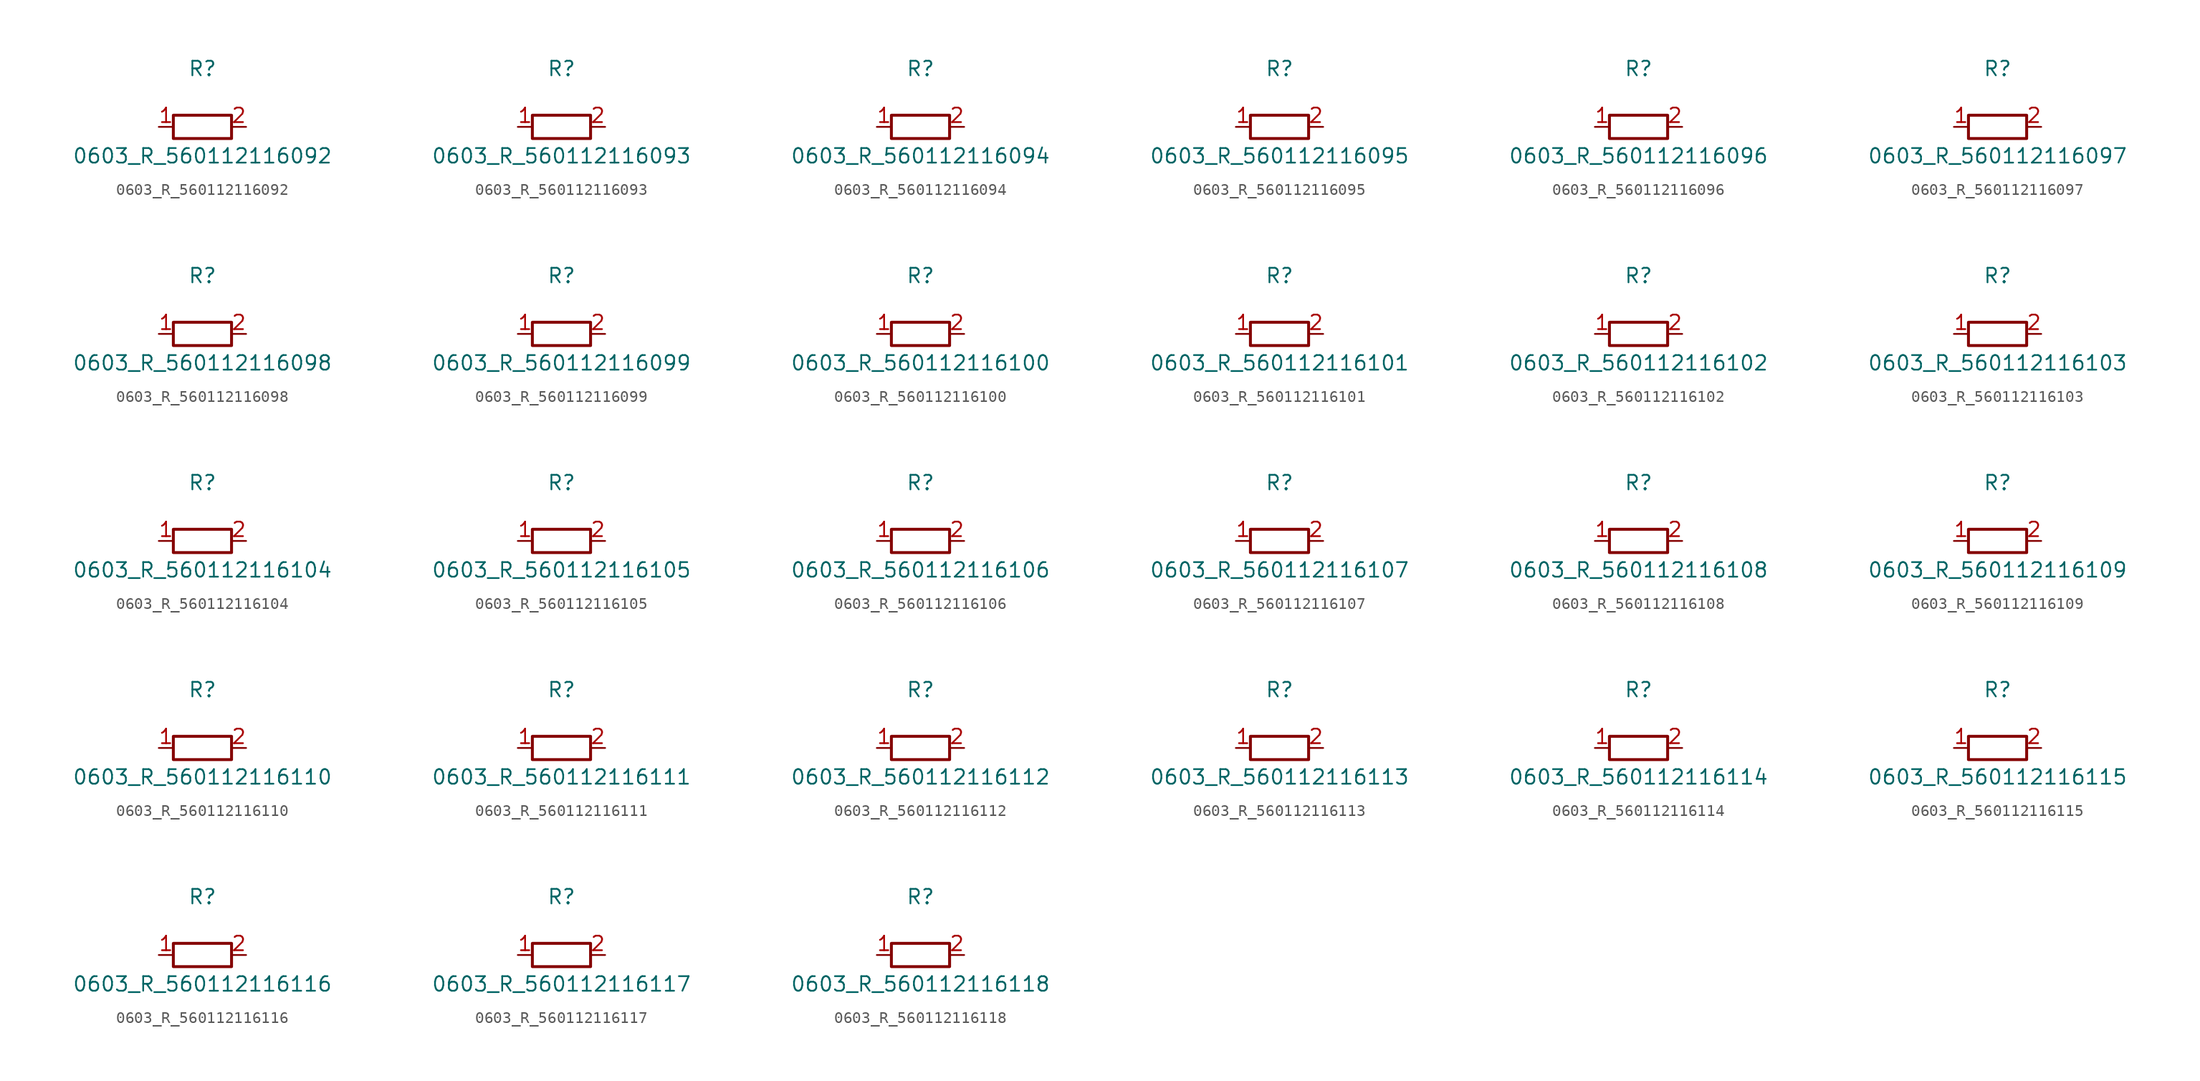
<source format=kicad_sym>
(kicad_symbol_lib
  (version 20220914)
  (generator kicad_symbol_editor)
  (symbol "0603_R_560112116092"
    (pin_names hide)
    (property "Reference" "R"
      (at 0 5.08 0)
      (effects (font (size 1.27 1.27))))
    (property "Value" "0603_R_560112116092"
      (at 0 -2.54 0)
      (effects (font (size 1.27 1.27))))
    (symbol "0603_R_560112116092_0_1"
      (rectangle (start -2.54 -1.016) (end 2.54 1.016) (stroke (width 0.254) (type default)) (fill (type none))))
    (symbol "0603_R_560112116092_1_1"
      (pin passive line (at -3.81 0 0) (length 1.27) (name "~" (effects (font (size 1.27 1.27)))) (number "1" (effects (font (size 1.27 1.27)))))
      (pin passive line (at 3.81 0 180) (length 1.27) (name "~" (effects (font (size 1.27 1.27)))) (number "2" (effects (font (size 1.27 1.27)))))))
  (symbol "0603_R_560112116093"
    (pin_names hide)
    (property "Reference" "R"
      (at 0 5.08 0)
      (effects (font (size 1.27 1.27))))
    (property "Value" "0603_R_560112116093"
      (at 0 -2.54 0)
      (effects (font (size 1.27 1.27))))
    (symbol "0603_R_560112116093_0_1"
      (rectangle (start -2.54 -1.016) (end 2.54 1.016) (stroke (width 0.254) (type default)) (fill (type none))))
    (symbol "0603_R_560112116093_1_1"
      (pin passive line (at -3.81 0 0) (length 1.27) (name "~" (effects (font (size 1.27 1.27)))) (number "1" (effects (font (size 1.27 1.27)))))
      (pin passive line (at 3.81 0 180) (length 1.27) (name "~" (effects (font (size 1.27 1.27)))) (number "2" (effects (font (size 1.27 1.27)))))))
  (symbol "0603_R_560112116094"
    (pin_names hide)
    (property "Reference" "R"
      (at 0 5.08 0)
      (effects (font (size 1.27 1.27))))
    (property "Value" "0603_R_560112116094"
      (at 0 -2.54 0)
      (effects (font (size 1.27 1.27))))
    (symbol "0603_R_560112116094_0_1"
      (rectangle (start -2.54 -1.016) (end 2.54 1.016) (stroke (width 0.254) (type default)) (fill (type none))))
    (symbol "0603_R_560112116094_1_1"
      (pin passive line (at -3.81 0 0) (length 1.27) (name "~" (effects (font (size 1.27 1.27)))) (number "1" (effects (font (size 1.27 1.27)))))
      (pin passive line (at 3.81 0 180) (length 1.27) (name "~" (effects (font (size 1.27 1.27)))) (number "2" (effects (font (size 1.27 1.27)))))))
  (symbol "0603_R_560112116095"
    (pin_names hide)
    (property "Reference" "R"
      (at 0 5.08 0)
      (effects (font (size 1.27 1.27))))
    (property "Value" "0603_R_560112116095"
      (at 0 -2.54 0)
      (effects (font (size 1.27 1.27))))
    (symbol "0603_R_560112116095_0_1"
      (rectangle (start -2.54 -1.016) (end 2.54 1.016) (stroke (width 0.254) (type default)) (fill (type none))))
    (symbol "0603_R_560112116095_1_1"
      (pin passive line (at -3.81 0 0) (length 1.27) (name "~" (effects (font (size 1.27 1.27)))) (number "1" (effects (font (size 1.27 1.27)))))
      (pin passive line (at 3.81 0 180) (length 1.27) (name "~" (effects (font (size 1.27 1.27)))) (number "2" (effects (font (size 1.27 1.27)))))))
  (symbol "0603_R_560112116096"
    (pin_names hide)
    (property "Reference" "R"
      (at 0 5.08 0)
      (effects (font (size 1.27 1.27))))
    (property "Value" "0603_R_560112116096"
      (at 0 -2.54 0)
      (effects (font (size 1.27 1.27))))
    (symbol "0603_R_560112116096_0_1"
      (rectangle (start -2.54 -1.016) (end 2.54 1.016) (stroke (width 0.254) (type default)) (fill (type none))))
    (symbol "0603_R_560112116096_1_1"
      (pin passive line (at -3.81 0 0) (length 1.27) (name "~" (effects (font (size 1.27 1.27)))) (number "1" (effects (font (size 1.27 1.27)))))
      (pin passive line (at 3.81 0 180) (length 1.27) (name "~" (effects (font (size 1.27 1.27)))) (number "2" (effects (font (size 1.27 1.27)))))))
  (symbol "0603_R_560112116097"
    (pin_names hide)
    (property "Reference" "R"
      (at 0 5.08 0)
      (effects (font (size 1.27 1.27))))
    (property "Value" "0603_R_560112116097"
      (at 0 -2.54 0)
      (effects (font (size 1.27 1.27))))
    (symbol "0603_R_560112116097_0_1"
      (rectangle (start -2.54 -1.016) (end 2.54 1.016) (stroke (width 0.254) (type default)) (fill (type none))))
    (symbol "0603_R_560112116097_1_1"
      (pin passive line (at -3.81 0 0) (length 1.27) (name "~" (effects (font (size 1.27 1.27)))) (number "1" (effects (font (size 1.27 1.27)))))
      (pin passive line (at 3.81 0 180) (length 1.27) (name "~" (effects (font (size 1.27 1.27)))) (number "2" (effects (font (size 1.27 1.27)))))))
  (symbol "0603_R_560112116098"
    (pin_names hide)
    (property "Reference" "R"
      (at 0 5.08 0)
      (effects (font (size 1.27 1.27))))
    (property "Value" "0603_R_560112116098"
      (at 0 -2.54 0)
      (effects (font (size 1.27 1.27))))
    (symbol "0603_R_560112116098_0_1"
      (rectangle (start -2.54 -1.016) (end 2.54 1.016) (stroke (width 0.254) (type default)) (fill (type none))))
    (symbol "0603_R_560112116098_1_1"
      (pin passive line (at -3.81 0 0) (length 1.27) (name "~" (effects (font (size 1.27 1.27)))) (number "1" (effects (font (size 1.27 1.27)))))
      (pin passive line (at 3.81 0 180) (length 1.27) (name "~" (effects (font (size 1.27 1.27)))) (number "2" (effects (font (size 1.27 1.27)))))))
  (symbol "0603_R_560112116099"
    (pin_names hide)
    (property "Reference" "R"
      (at 0 5.08 0)
      (effects (font (size 1.27 1.27))))
    (property "Value" "0603_R_560112116099"
      (at 0 -2.54 0)
      (effects (font (size 1.27 1.27))))
    (symbol "0603_R_560112116099_0_1"
      (rectangle (start -2.54 -1.016) (end 2.54 1.016) (stroke (width 0.254) (type default)) (fill (type none))))
    (symbol "0603_R_560112116099_1_1"
      (pin passive line (at -3.81 0 0) (length 1.27) (name "~" (effects (font (size 1.27 1.27)))) (number "1" (effects (font (size 1.27 1.27)))))
      (pin passive line (at 3.81 0 180) (length 1.27) (name "~" (effects (font (size 1.27 1.27)))) (number "2" (effects (font (size 1.27 1.27)))))))
  (symbol "0603_R_560112116100"
    (pin_names hide)
    (property "Reference" "R"
      (at 0 5.08 0)
      (effects (font (size 1.27 1.27))))
    (property "Value" "0603_R_560112116100"
      (at 0 -2.54 0)
      (effects (font (size 1.27 1.27))))
    (symbol "0603_R_560112116100_0_1"
      (rectangle (start -2.54 -1.016) (end 2.54 1.016) (stroke (width 0.254) (type default)) (fill (type none))))
    (symbol "0603_R_560112116100_1_1"
      (pin passive line (at -3.81 0 0) (length 1.27) (name "~" (effects (font (size 1.27 1.27)))) (number "1" (effects (font (size 1.27 1.27)))))
      (pin passive line (at 3.81 0 180) (length 1.27) (name "~" (effects (font (size 1.27 1.27)))) (number "2" (effects (font (size 1.27 1.27)))))))
  (symbol "0603_R_560112116101"
    (pin_names hide)
    (property "Reference" "R"
      (at 0 5.08 0)
      (effects (font (size 1.27 1.27))))
    (property "Value" "0603_R_560112116101"
      (at 0 -2.54 0)
      (effects (font (size 1.27 1.27))))
    (symbol "0603_R_560112116101_0_1"
      (rectangle (start -2.54 -1.016) (end 2.54 1.016) (stroke (width 0.254) (type default)) (fill (type none))))
    (symbol "0603_R_560112116101_1_1"
      (pin passive line (at -3.81 0 0) (length 1.27) (name "~" (effects (font (size 1.27 1.27)))) (number "1" (effects (font (size 1.27 1.27)))))
      (pin passive line (at 3.81 0 180) (length 1.27) (name "~" (effects (font (size 1.27 1.27)))) (number "2" (effects (font (size 1.27 1.27)))))))
  (symbol "0603_R_560112116102"
    (pin_names hide)
    (property "Reference" "R"
      (at 0 5.08 0)
      (effects (font (size 1.27 1.27))))
    (property "Value" "0603_R_560112116102"
      (at 0 -2.54 0)
      (effects (font (size 1.27 1.27))))
    (symbol "0603_R_560112116102_0_1"
      (rectangle (start -2.54 -1.016) (end 2.54 1.016) (stroke (width 0.254) (type default)) (fill (type none))))
    (symbol "0603_R_560112116102_1_1"
      (pin passive line (at -3.81 0 0) (length 1.27) (name "~" (effects (font (size 1.27 1.27)))) (number "1" (effects (font (size 1.27 1.27)))))
      (pin passive line (at 3.81 0 180) (length 1.27) (name "~" (effects (font (size 1.27 1.27)))) (number "2" (effects (font (size 1.27 1.27)))))))
  (symbol "0603_R_560112116103"
    (pin_names hide)
    (property "Reference" "R"
      (at 0 5.08 0)
      (effects (font (size 1.27 1.27))))
    (property "Value" "0603_R_560112116103"
      (at 0 -2.54 0)
      (effects (font (size 1.27 1.27))))
    (symbol "0603_R_560112116103_0_1"
      (rectangle (start -2.54 -1.016) (end 2.54 1.016) (stroke (width 0.254) (type default)) (fill (type none))))
    (symbol "0603_R_560112116103_1_1"
      (pin passive line (at -3.81 0 0) (length 1.27) (name "~" (effects (font (size 1.27 1.27)))) (number "1" (effects (font (size 1.27 1.27)))))
      (pin passive line (at 3.81 0 180) (length 1.27) (name "~" (effects (font (size 1.27 1.27)))) (number "2" (effects (font (size 1.27 1.27)))))))
  (symbol "0603_R_560112116104"
    (pin_names hide)
    (property "Reference" "R"
      (at 0 5.08 0)
      (effects (font (size 1.27 1.27))))
    (property "Value" "0603_R_560112116104"
      (at 0 -2.54 0)
      (effects (font (size 1.27 1.27))))
    (symbol "0603_R_560112116104_0_1"
      (rectangle (start -2.54 -1.016) (end 2.54 1.016) (stroke (width 0.254) (type default)) (fill (type none))))
    (symbol "0603_R_560112116104_1_1"
      (pin passive line (at -3.81 0 0) (length 1.27) (name "~" (effects (font (size 1.27 1.27)))) (number "1" (effects (font (size 1.27 1.27)))))
      (pin passive line (at 3.81 0 180) (length 1.27) (name "~" (effects (font (size 1.27 1.27)))) (number "2" (effects (font (size 1.27 1.27)))))))
  (symbol "0603_R_560112116105"
    (pin_names hide)
    (property "Reference" "R"
      (at 0 5.08 0)
      (effects (font (size 1.27 1.27))))
    (property "Value" "0603_R_560112116105"
      (at 0 -2.54 0)
      (effects (font (size 1.27 1.27))))
    (symbol "0603_R_560112116105_0_1"
      (rectangle (start -2.54 -1.016) (end 2.54 1.016) (stroke (width 0.254) (type default)) (fill (type none))))
    (symbol "0603_R_560112116105_1_1"
      (pin passive line (at -3.81 0 0) (length 1.27) (name "~" (effects (font (size 1.27 1.27)))) (number "1" (effects (font (size 1.27 1.27)))))
      (pin passive line (at 3.81 0 180) (length 1.27) (name "~" (effects (font (size 1.27 1.27)))) (number "2" (effects (font (size 1.27 1.27)))))))
  (symbol "0603_R_560112116106"
    (pin_names hide)
    (property "Reference" "R"
      (at 0 5.08 0)
      (effects (font (size 1.27 1.27))))
    (property "Value" "0603_R_560112116106"
      (at 0 -2.54 0)
      (effects (font (size 1.27 1.27))))
    (symbol "0603_R_560112116106_0_1"
      (rectangle (start -2.54 -1.016) (end 2.54 1.016) (stroke (width 0.254) (type default)) (fill (type none))))
    (symbol "0603_R_560112116106_1_1"
      (pin passive line (at -3.81 0 0) (length 1.27) (name "~" (effects (font (size 1.27 1.27)))) (number "1" (effects (font (size 1.27 1.27)))))
      (pin passive line (at 3.81 0 180) (length 1.27) (name "~" (effects (font (size 1.27 1.27)))) (number "2" (effects (font (size 1.27 1.27)))))))
  (symbol "0603_R_560112116107"
    (pin_names hide)
    (property "Reference" "R"
      (at 0 5.08 0)
      (effects (font (size 1.27 1.27))))
    (property "Value" "0603_R_560112116107"
      (at 0 -2.54 0)
      (effects (font (size 1.27 1.27))))
    (symbol "0603_R_560112116107_0_1"
      (rectangle (start -2.54 -1.016) (end 2.54 1.016) (stroke (width 0.254) (type default)) (fill (type none))))
    (symbol "0603_R_560112116107_1_1"
      (pin passive line (at -3.81 0 0) (length 1.27) (name "~" (effects (font (size 1.27 1.27)))) (number "1" (effects (font (size 1.27 1.27)))))
      (pin passive line (at 3.81 0 180) (length 1.27) (name "~" (effects (font (size 1.27 1.27)))) (number "2" (effects (font (size 1.27 1.27)))))))
  (symbol "0603_R_560112116108"
    (pin_names hide)
    (property "Reference" "R"
      (at 0 5.08 0)
      (effects (font (size 1.27 1.27))))
    (property "Value" "0603_R_560112116108"
      (at 0 -2.54 0)
      (effects (font (size 1.27 1.27))))
    (symbol "0603_R_560112116108_0_1"
      (rectangle (start -2.54 -1.016) (end 2.54 1.016) (stroke (width 0.254) (type default)) (fill (type none))))
    (symbol "0603_R_560112116108_1_1"
      (pin passive line (at -3.81 0 0) (length 1.27) (name "~" (effects (font (size 1.27 1.27)))) (number "1" (effects (font (size 1.27 1.27)))))
      (pin passive line (at 3.81 0 180) (length 1.27) (name "~" (effects (font (size 1.27 1.27)))) (number "2" (effects (font (size 1.27 1.27)))))))
  (symbol "0603_R_560112116109"
    (pin_names hide)
    (property "Reference" "R"
      (at 0 5.08 0)
      (effects (font (size 1.27 1.27))))
    (property "Value" "0603_R_560112116109"
      (at 0 -2.54 0)
      (effects (font (size 1.27 1.27))))
    (symbol "0603_R_560112116109_0_1"
      (rectangle (start -2.54 -1.016) (end 2.54 1.016) (stroke (width 0.254) (type default)) (fill (type none))))
    (symbol "0603_R_560112116109_1_1"
      (pin passive line (at -3.81 0 0) (length 1.27) (name "~" (effects (font (size 1.27 1.27)))) (number "1" (effects (font (size 1.27 1.27)))))
      (pin passive line (at 3.81 0 180) (length 1.27) (name "~" (effects (font (size 1.27 1.27)))) (number "2" (effects (font (size 1.27 1.27)))))))
  (symbol "0603_R_560112116110"
    (pin_names hide)
    (property "Reference" "R"
      (at 0 5.08 0)
      (effects (font (size 1.27 1.27))))
    (property "Value" "0603_R_560112116110"
      (at 0 -2.54 0)
      (effects (font (size 1.27 1.27))))
    (symbol "0603_R_560112116110_0_1"
      (rectangle (start -2.54 -1.016) (end 2.54 1.016) (stroke (width 0.254) (type default)) (fill (type none))))
    (symbol "0603_R_560112116110_1_1"
      (pin passive line (at -3.81 0 0) (length 1.27) (name "~" (effects (font (size 1.27 1.27)))) (number "1" (effects (font (size 1.27 1.27)))))
      (pin passive line (at 3.81 0 180) (length 1.27) (name "~" (effects (font (size 1.27 1.27)))) (number "2" (effects (font (size 1.27 1.27)))))))
  (symbol "0603_R_560112116111"
    (pin_names hide)
    (property "Reference" "R"
      (at 0 5.08 0)
      (effects (font (size 1.27 1.27))))
    (property "Value" "0603_R_560112116111"
      (at 0 -2.54 0)
      (effects (font (size 1.27 1.27))))
    (symbol "0603_R_560112116111_0_1"
      (rectangle (start -2.54 -1.016) (end 2.54 1.016) (stroke (width 0.254) (type default)) (fill (type none))))
    (symbol "0603_R_560112116111_1_1"
      (pin passive line (at -3.81 0 0) (length 1.27) (name "~" (effects (font (size 1.27 1.27)))) (number "1" (effects (font (size 1.27 1.27)))))
      (pin passive line (at 3.81 0 180) (length 1.27) (name "~" (effects (font (size 1.27 1.27)))) (number "2" (effects (font (size 1.27 1.27)))))))
  (symbol "0603_R_560112116112"
    (pin_names hide)
    (property "Reference" "R"
      (at 0 5.08 0)
      (effects (font (size 1.27 1.27))))
    (property "Value" "0603_R_560112116112"
      (at 0 -2.54 0)
      (effects (font (size 1.27 1.27))))
    (symbol "0603_R_560112116112_0_1"
      (rectangle (start -2.54 -1.016) (end 2.54 1.016) (stroke (width 0.254) (type default)) (fill (type none))))
    (symbol "0603_R_560112116112_1_1"
      (pin passive line (at -3.81 0 0) (length 1.27) (name "~" (effects (font (size 1.27 1.27)))) (number "1" (effects (font (size 1.27 1.27)))))
      (pin passive line (at 3.81 0 180) (length 1.27) (name "~" (effects (font (size 1.27 1.27)))) (number "2" (effects (font (size 1.27 1.27)))))))
  (symbol "0603_R_560112116113"
    (pin_names hide)
    (property "Reference" "R"
      (at 0 5.08 0)
      (effects (font (size 1.27 1.27))))
    (property "Value" "0603_R_560112116113"
      (at 0 -2.54 0)
      (effects (font (size 1.27 1.27))))
    (symbol "0603_R_560112116113_0_1"
      (rectangle (start -2.54 -1.016) (end 2.54 1.016) (stroke (width 0.254) (type default)) (fill (type none))))
    (symbol "0603_R_560112116113_1_1"
      (pin passive line (at -3.81 0 0) (length 1.27) (name "~" (effects (font (size 1.27 1.27)))) (number "1" (effects (font (size 1.27 1.27)))))
      (pin passive line (at 3.81 0 180) (length 1.27) (name "~" (effects (font (size 1.27 1.27)))) (number "2" (effects (font (size 1.27 1.27)))))))
  (symbol "0603_R_560112116114"
    (pin_names hide)
    (property "Reference" "R"
      (at 0 5.08 0)
      (effects (font (size 1.27 1.27))))
    (property "Value" "0603_R_560112116114"
      (at 0 -2.54 0)
      (effects (font (size 1.27 1.27))))
    (symbol "0603_R_560112116114_0_1"
      (rectangle (start -2.54 -1.016) (end 2.54 1.016) (stroke (width 0.254) (type default)) (fill (type none))))
    (symbol "0603_R_560112116114_1_1"
      (pin passive line (at -3.81 0 0) (length 1.27) (name "~" (effects (font (size 1.27 1.27)))) (number "1" (effects (font (size 1.27 1.27)))))
      (pin passive line (at 3.81 0 180) (length 1.27) (name "~" (effects (font (size 1.27 1.27)))) (number "2" (effects (font (size 1.27 1.27)))))))
  (symbol "0603_R_560112116115"
    (pin_names hide)
    (property "Reference" "R"
      (at 0 5.08 0)
      (effects (font (size 1.27 1.27))))
    (property "Value" "0603_R_560112116115"
      (at 0 -2.54 0)
      (effects (font (size 1.27 1.27))))
    (symbol "0603_R_560112116115_0_1"
      (rectangle (start -2.54 -1.016) (end 2.54 1.016) (stroke (width 0.254) (type default)) (fill (type none))))
    (symbol "0603_R_560112116115_1_1"
      (pin passive line (at -3.81 0 0) (length 1.27) (name "~" (effects (font (size 1.27 1.27)))) (number "1" (effects (font (size 1.27 1.27)))))
      (pin passive line (at 3.81 0 180) (length 1.27) (name "~" (effects (font (size 1.27 1.27)))) (number "2" (effects (font (size 1.27 1.27)))))))
  (symbol "0603_R_560112116116"
    (pin_names hide)
    (property "Reference" "R"
      (at 0 5.08 0)
      (effects (font (size 1.27 1.27))))
    (property "Value" "0603_R_560112116116"
      (at 0 -2.54 0)
      (effects (font (size 1.27 1.27))))
    (symbol "0603_R_560112116116_0_1"
      (rectangle (start -2.54 -1.016) (end 2.54 1.016) (stroke (width 0.254) (type default)) (fill (type none))))
    (symbol "0603_R_560112116116_1_1"
      (pin passive line (at -3.81 0 0) (length 1.27) (name "~" (effects (font (size 1.27 1.27)))) (number "1" (effects (font (size 1.27 1.27)))))
      (pin passive line (at 3.81 0 180) (length 1.27) (name "~" (effects (font (size 1.27 1.27)))) (number "2" (effects (font (size 1.27 1.27)))))))
  (symbol "0603_R_560112116117"
    (pin_names hide)
    (property "Reference" "R"
      (at 0 5.08 0)
      (effects (font (size 1.27 1.27))))
    (property "Value" "0603_R_560112116117"
      (at 0 -2.54 0)
      (effects (font (size 1.27 1.27))))
    (symbol "0603_R_560112116117_0_1"
      (rectangle (start -2.54 -1.016) (end 2.54 1.016) (stroke (width 0.254) (type default)) (fill (type none))))
    (symbol "0603_R_560112116117_1_1"
      (pin passive line (at -3.81 0 0) (length 1.27) (name "~" (effects (font (size 1.27 1.27)))) (number "1" (effects (font (size 1.27 1.27)))))
      (pin passive line (at 3.81 0 180) (length 1.27) (name "~" (effects (font (size 1.27 1.27)))) (number "2" (effects (font (size 1.27 1.27)))))))
  (symbol "0603_R_560112116118"
    (pin_names hide)
    (property "Reference" "R"
      (at 0 5.08 0)
      (effects (font (size 1.27 1.27))))
    (property "Value" "0603_R_560112116118"
      (at 0 -2.54 0)
      (effects (font (size 1.27 1.27))))
    (symbol "0603_R_560112116118_0_1"
      (rectangle (start -2.54 -1.016) (end 2.54 1.016) (stroke (width 0.254) (type default)) (fill (type none))))
    (symbol "0603_R_560112116118_1_1"
      (pin passive line (at -3.81 0 0) (length 1.27) (name "~" (effects (font (size 1.27 1.27)))) (number "1" (effects (font (size 1.27 1.27)))))
      (pin passive line (at 3.81 0 180) (length 1.27) (name "~" (effects (font (size 1.27 1.27)))) (number "2" (effects (font (size 1.27 1.27))))))))
</source>
